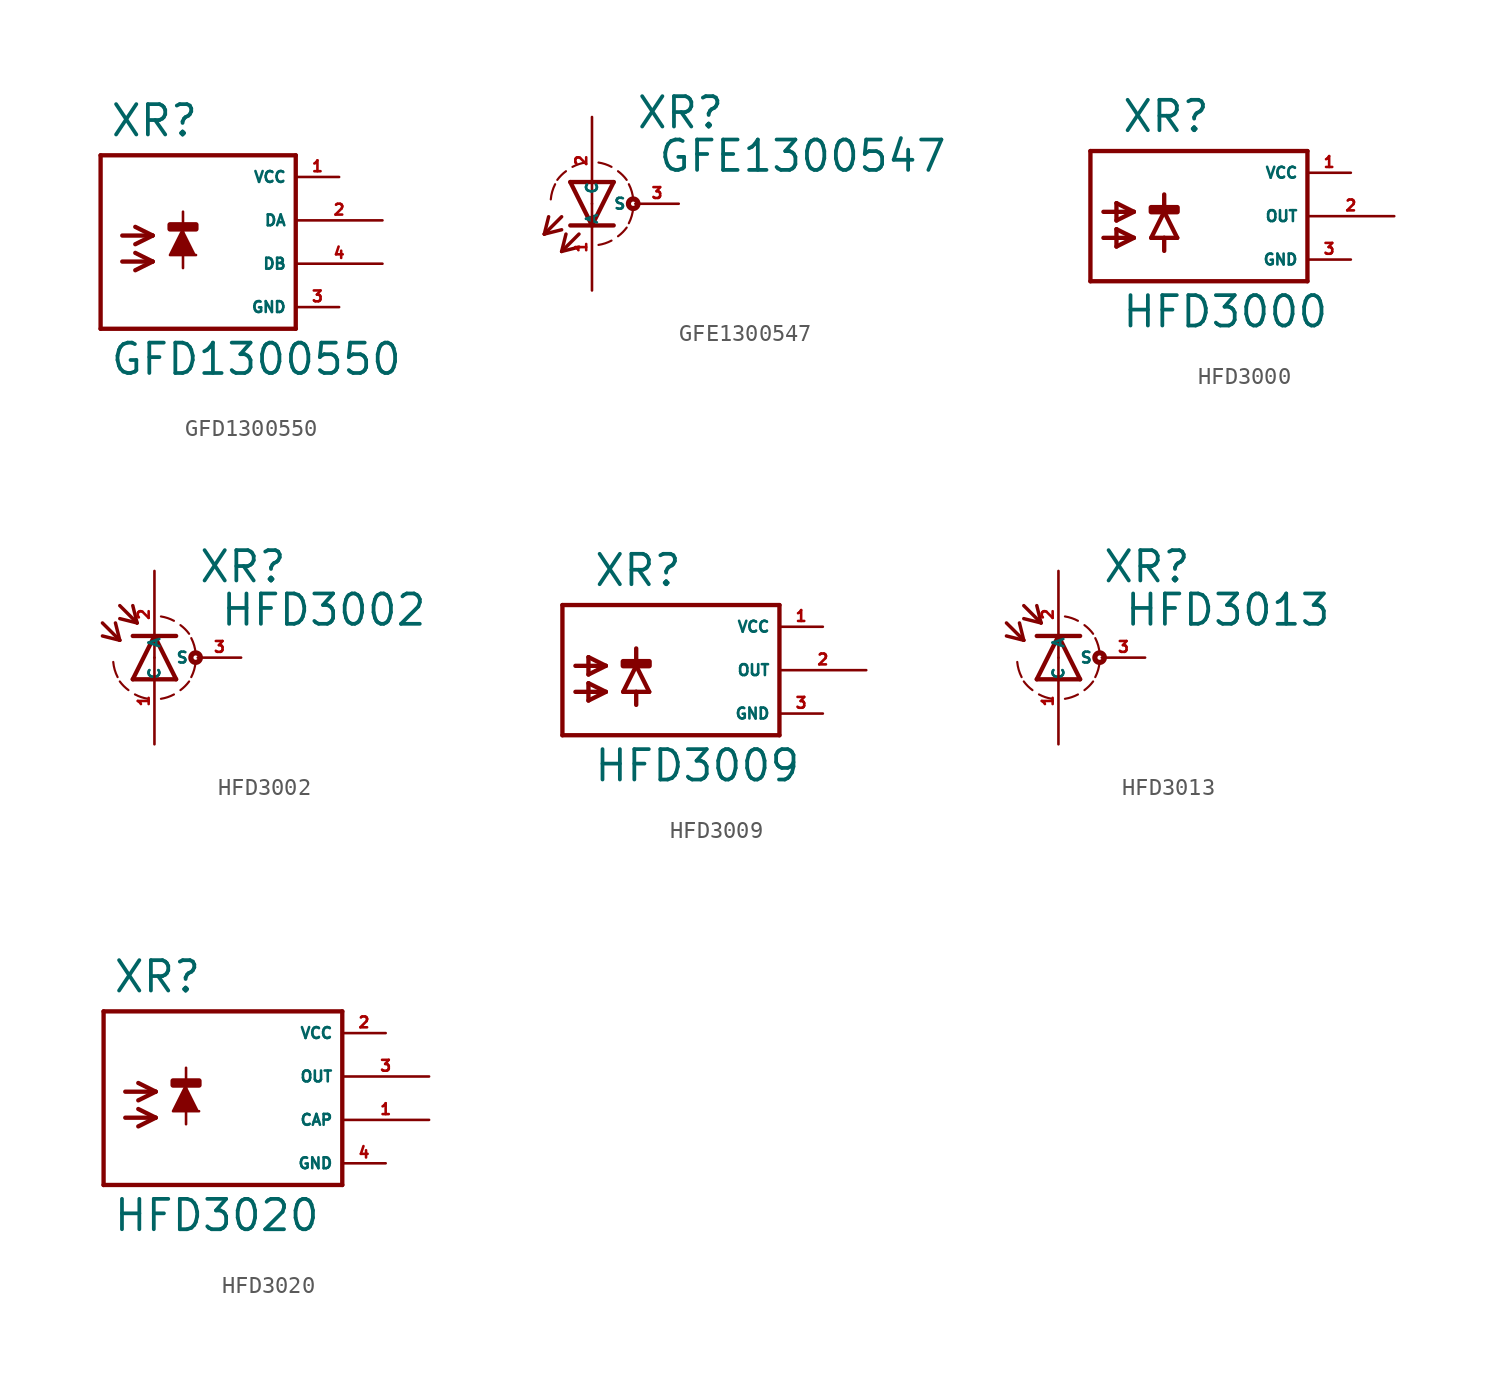
<source format=kicad_sym>
(kicad_symbol_lib
  (version 20220914)
  (generator Eagle2Kicad)
  (symbol "GFD1300550"
    (property "Reference" "XR"
      (at -3.302 4.801 0)
      (effects (font (size 1.778 1.778) (thickness 0.22)) (justify left bottom)))
    (property "Value" "GFD1300550"
      (at -3.302 -9.169 0)
      (effects (font (size 1.778 1.778) (thickness 0.22)) (justify left bottom)))
    (polyline
      (pts (xy 1.016 -0.508) (xy 0.254 -2.032) (xy 1.778 -2.032))
      (stroke (width 0.152) (type default))
      (fill (type outline)))
    (polyline
      (pts (xy -2.54 -0.889) (xy -0.762 -0.889))
      (stroke (width 0.254) (type default))
      (fill (type none)))
    (polyline
      (pts (xy -0.762 -0.889) (xy -1.778 -1.397))
      (stroke (width 0.254) (type default))
      (fill (type none)))
    (polyline
      (pts (xy -0.762 -0.889) (xy -1.778 -0.381))
      (stroke (width 0.254) (type default))
      (fill (type none)))
    (polyline
      (pts (xy -2.54 -2.413) (xy -0.762 -2.413))
      (stroke (width 0.254) (type default))
      (fill (type none)))
    (polyline
      (pts (xy -0.762 -2.413) (xy -1.778 -2.921))
      (stroke (width 0.254) (type default))
      (fill (type none)))
    (polyline
      (pts (xy -0.762 -2.413) (xy -1.778 -1.905))
      (stroke (width 0.254) (type default))
      (fill (type none)))
    (polyline
      (pts (xy 1.016 0.508) (xy 1.016 -2.794))
      (stroke (width 0.152) (type default))
      (fill (type none)))
    (polyline
      (pts (xy 7.62 3.81) (xy -3.81 3.81))
      (stroke (width 0.254) (type default))
      (fill (type none)))
    (polyline
      (pts (xy -3.81 3.81) (xy -3.81 -6.35))
      (stroke (width 0.254) (type default))
      (fill (type none)))
    (polyline
      (pts (xy -3.81 -6.35) (xy 7.62 -6.35))
      (stroke (width 0.254) (type default))
      (fill (type none)))
    (polyline
      (pts (xy 7.62 -6.35) (xy 7.62 3.81))
      (stroke (width 0.254) (type default))
      (fill (type none)))
    (rectangle
      (start 0.254 -0.508)
      (end 1.778 -0.254)
      (stroke (width 0.3) (type default))
      (fill (type outline)))
    (pin unspecified line
      (at 10.16 2.54 180)
      (length 2.54)
      (name "VCC" (effects (font (size 0.635 0.635) (thickness 0.08)) (justify left bottom)))
      (number "1" (effects (font (size 0.635 0.635) (thickness 0.08)) (justify left bottom))))
    (pin unspecified line
      (at 10.16 -5.08 180)
      (length 2.54)
      (name "GND" (effects (font (size 0.635 0.635) (thickness 0.08)) (justify left bottom)))
      (number "3" (effects (font (size 0.635 0.635) (thickness 0.08)) (justify left bottom))))
    (pin output line
      (at 12.7 0 180)
      (length 5.08)
      (name "DA" (effects (font (size 0.635 0.635) (thickness 0.08)) (justify left bottom)))
      (number "2" (effects (font (size 0.635 0.635) (thickness 0.08)) (justify left bottom))))
    (pin output line
      (at 12.7 -2.54 180)
      (length 5.08)
      (name "DB" (effects (font (size 0.635 0.635) (thickness 0.08)) (justify left bottom)))
      (number "4" (effects (font (size 0.635 0.635) (thickness 0.08)) (justify left bottom)))))
  (symbol "GFE1300547"
    (property "Reference" "XR"
      (at 2.54 4.293 0)
      (effects (font (size 1.778 1.778) (thickness 0.22)) (justify left bottom)))
    (property "Value" "GFE1300547"
      (at 3.81 1.753 0)
      (effects (font (size 1.778 1.778) (thickness 0.22)) (justify left bottom)))
    (polyline
      (pts (xy -1.27 1.27) (xy 0 -1.27))
      (stroke (width 0.254) (type default))
      (fill (type none)))
    (polyline
      (pts (xy 0 -1.27) (xy 1.27 1.27))
      (stroke (width 0.254) (type default))
      (fill (type none)))
    (polyline
      (pts (xy 1.27 -1.27) (xy 0 -1.27))
      (stroke (width 0.254) (type default))
      (fill (type none)))
    (polyline
      (pts (xy 1.27 1.27) (xy -1.27 1.27))
      (stroke (width 0.254) (type default))
      (fill (type none)))
    (polyline
      (pts (xy 0 -1.27) (xy -1.27 -1.27))
      (stroke (width 0.254) (type default))
      (fill (type none)))
    (polyline
      (pts (xy -1.778 -0.762) (xy -2.794 -1.778))
      (stroke (width 0.203) (type default))
      (fill (type none)))
    (polyline
      (pts (xy -2.794 -1.778) (xy -1.778 -1.524))
      (stroke (width 0.203) (type default))
      (fill (type none)))
    (polyline
      (pts (xy -2.794 -1.778) (xy -2.54 -0.762))
      (stroke (width 0.203) (type default))
      (fill (type none)))
    (polyline
      (pts (xy -0.762 -1.778) (xy -1.778 -2.794))
      (stroke (width 0.203) (type default))
      (fill (type none)))
    (polyline
      (pts (xy -1.778 -2.794) (xy -0.762 -2.54))
      (stroke (width 0.203) (type default))
      (fill (type none)))
    (polyline
      (pts (xy -1.778 -2.794) (xy -1.524 -1.778))
      (stroke (width 0.203) (type default))
      (fill (type none)))
    (arc
      (start 0.381 -2.413)
      (mid 0.773 -2.318)
      (end 1.143 -2.159)
      (stroke (width 0.127) (type default))
      (fill (type none)))
    (arc
      (start 2.159 -1.143)
      (mid 2.329 -0.711)
      (end 2.413 -0.254)
      (stroke (width 0.127) (type default))
      (fill (type none)))
    (arc
      (start 2.413 0.254)
      (mid 2.329 0.711)
      (end 2.159 1.143)
      (stroke (width 0.127) (type default))
      (fill (type none)))
    (arc
      (start 2.032 1.397)
      (mid 1.797 1.670)
      (end 1.524 1.905)
      (stroke (width 0.127) (type default))
      (fill (type none)))
    (arc
      (start 1.143 2.159)
      (mid 0.773 2.318)
      (end 0.381 2.413)
      (stroke (width 0.127) (type default))
      (fill (type none)))
    (arc
      (start 1.524 -1.905)
      (mid 1.797 -1.670)
      (end 2.032 -1.397)
      (stroke (width 0.127) (type default))
      (fill (type none)))
    (arc
      (start -0.381 2.413)
      (mid -0.773 2.318)
      (end -1.143 2.159)
      (stroke (width 0.127) (type default))
      (fill (type none)))
    (arc
      (start -1.524 1.905)
      (mid -1.797 1.670)
      (end -2.032 1.397)
      (stroke (width 0.127) (type default))
      (fill (type none)))
    (arc
      (start -2.159 1.143)
      (mid -2.329 0.711)
      (end -2.413 0.254)
      (stroke (width 0.127) (type default))
      (fill (type none)))
    (circle
      (center 2.413 0)
      (radius 0.127)
      (stroke (width 0.305) (type default))
      (fill (type none)))
    (pin passive line
      (at 0 5.08 270)
      (length 5.08)
      (name "A" (effects (font (size 0.635 0.635) (thickness 0.08)) (justify left bottom)))
      (number "2" (effects (font (size 0.635 0.635) (thickness 0.08)) (justify left bottom))))
    (pin passive line
      (at 0 -5.08 90)
      (length 5.08)
      (name "C" (effects (font (size 0.635 0.635) (thickness 0.08)) (justify left bottom)))
      (number "1" (effects (font (size 0.635 0.635) (thickness 0.08)) (justify left bottom))))
    (pin passive line
      (at 5.08 0 180)
      (length 2.54)
      (name "S" (effects (font (size 0.635 0.635) (thickness 0.08)) (justify left bottom)))
      (number "3" (effects (font (size 0.635 0.635) (thickness 0.08)) (justify left bottom)))))
  (symbol "HFD3000"
    (property "Reference" "XR"
      (at -3.302 4.801 0)
      (effects (font (size 1.778 1.778) (thickness 0.22)) (justify left bottom)))
    (property "Value" "HFD3000"
      (at -3.302 -6.629 0)
      (effects (font (size 1.778 1.778) (thickness 0.22)) (justify left bottom)))
    (polyline
      (pts (xy -4.318 0.254) (xy -2.54 0.254))
      (stroke (width 0.254) (type default))
      (fill (type none)))
    (polyline
      (pts (xy -2.54 0.254) (xy -3.556 -0.254))
      (stroke (width 0.254) (type default))
      (fill (type none)))
    (polyline
      (pts (xy -2.54 0.254) (xy -3.556 0.762))
      (stroke (width 0.254) (type default))
      (fill (type none)))
    (polyline
      (pts (xy -4.318 -1.27) (xy -2.54 -1.27))
      (stroke (width 0.254) (type default))
      (fill (type none)))
    (polyline
      (pts (xy -2.54 -1.27) (xy -3.556 -1.778))
      (stroke (width 0.254) (type default))
      (fill (type none)))
    (polyline
      (pts (xy -2.54 -1.27) (xy -3.556 -0.762))
      (stroke (width 0.254) (type default))
      (fill (type none)))
    (polyline
      (pts (xy 7.62 3.81) (xy -5.08 3.81))
      (stroke (width 0.254) (type default))
      (fill (type none)))
    (polyline
      (pts (xy -5.08 3.81) (xy -5.08 -3.81))
      (stroke (width 0.254) (type default))
      (fill (type none)))
    (polyline
      (pts (xy -5.08 -3.81) (xy 7.62 -3.81))
      (stroke (width 0.254) (type default))
      (fill (type none)))
    (polyline
      (pts (xy 7.62 -3.81) (xy 7.62 3.81))
      (stroke (width 0.254) (type default))
      (fill (type none)))
    (polyline
      (pts (xy -3.556 0.762) (xy -3.556 -0.254))
      (stroke (width 0.254) (type default))
      (fill (type none)))
    (polyline
      (pts (xy -3.556 -0.762) (xy -3.556 -1.778))
      (stroke (width 0.254) (type default))
      (fill (type none)))
    (polyline
      (pts (xy -0.762 0.254) (xy 0 -1.27))
      (stroke (width 0.254) (type default))
      (fill (type none)))
    (polyline
      (pts (xy 0 -1.27) (xy -0.762 -1.27))
      (stroke (width 0.254) (type default))
      (fill (type none)))
    (polyline
      (pts (xy -0.762 -1.27) (xy -1.524 -1.27))
      (stroke (width 0.254) (type default))
      (fill (type none)))
    (polyline
      (pts (xy -1.524 -1.27) (xy -0.762 0.254))
      (stroke (width 0.254) (type default))
      (fill (type none)))
    (polyline
      (pts (xy -0.762 1.27) (xy -0.762 0.254))
      (stroke (width 0.254) (type default))
      (fill (type none)))
    (polyline
      (pts (xy -0.762 -1.27) (xy -0.762 -2.032))
      (stroke (width 0.254) (type default))
      (fill (type none)))
    (rectangle
      (start -1.524 0.254)
      (end 0 0.508)
      (stroke (width 0.3) (type default))
      (fill (type outline)))
    (pin unspecified line
      (at 10.16 2.54 180)
      (length 2.54)
      (name "VCC" (effects (font (size 0.635 0.635) (thickness 0.08)) (justify left bottom)))
      (number "1" (effects (font (size 0.635 0.635) (thickness 0.08)) (justify left bottom))))
    (pin unspecified line
      (at 10.16 -2.54 180)
      (length 2.54)
      (name "GND" (effects (font (size 0.635 0.635) (thickness 0.08)) (justify left bottom)))
      (number "3" (effects (font (size 0.635 0.635) (thickness 0.08)) (justify left bottom))))
    (pin output line
      (at 12.7 0 180)
      (length 5.08)
      (name "OUT" (effects (font (size 0.635 0.635) (thickness 0.08)) (justify left bottom)))
      (number "2" (effects (font (size 0.635 0.635) (thickness 0.08)) (justify left bottom)))))
  (symbol "HFD3002"
    (property "Reference" "XR"
      (at 2.54 4.293 0)
      (effects (font (size 1.778 1.778) (thickness 0.22)) (justify left bottom)))
    (property "Value" "HFD3002"
      (at 3.81 1.753 0)
      (effects (font (size 1.778 1.778) (thickness 0.22)) (justify left bottom)))
    (polyline
      (pts (xy 1.27 -1.27) (xy 0 1.27))
      (stroke (width 0.254) (type default))
      (fill (type none)))
    (polyline
      (pts (xy 0 1.27) (xy -1.27 -1.27))
      (stroke (width 0.254) (type default))
      (fill (type none)))
    (polyline
      (pts (xy -1.27 1.27) (xy 0 1.27))
      (stroke (width 0.254) (type default))
      (fill (type none)))
    (polyline
      (pts (xy -1.27 -1.27) (xy 1.27 -1.27))
      (stroke (width 0.254) (type default))
      (fill (type none)))
    (polyline
      (pts (xy 0 1.27) (xy 1.27 1.27))
      (stroke (width 0.254) (type default))
      (fill (type none)))
    (polyline
      (pts (xy -2.032 3.048) (xy -1.016 2.032))
      (stroke (width 0.203) (type default))
      (fill (type none)))
    (polyline
      (pts (xy -1.016 2.032) (xy -2.032 2.286))
      (stroke (width 0.203) (type default))
      (fill (type none)))
    (polyline
      (pts (xy -1.016 2.032) (xy -1.27 3.048))
      (stroke (width 0.203) (type default))
      (fill (type none)))
    (polyline
      (pts (xy -3.048 2.032) (xy -2.032 1.016))
      (stroke (width 0.203) (type default))
      (fill (type none)))
    (polyline
      (pts (xy -2.032 1.016) (xy -3.048 1.27))
      (stroke (width 0.203) (type default))
      (fill (type none)))
    (polyline
      (pts (xy -2.032 1.016) (xy -2.286 2.032))
      (stroke (width 0.203) (type default))
      (fill (type none)))
    (arc
      (start 0.381 -2.413)
      (mid 0.773 -2.318)
      (end 1.143 -2.159)
      (stroke (width 0.127) (type default))
      (fill (type none)))
    (arc
      (start 2.159 -1.143)
      (mid 2.329 -0.711)
      (end 2.413 -0.254)
      (stroke (width 0.127) (type default))
      (fill (type none)))
    (arc
      (start 2.413 0.254)
      (mid 2.329 0.711)
      (end 2.159 1.143)
      (stroke (width 0.127) (type default))
      (fill (type none)))
    (arc
      (start 2.032 1.397)
      (mid 1.797 1.670)
      (end 1.524 1.905)
      (stroke (width 0.127) (type default))
      (fill (type none)))
    (arc
      (start 1.143 2.159)
      (mid 0.773 2.318)
      (end 0.381 2.413)
      (stroke (width 0.127) (type default))
      (fill (type none)))
    (arc
      (start 1.524 -1.905)
      (mid 1.797 -1.670)
      (end 2.032 -1.397)
      (stroke (width 0.127) (type default))
      (fill (type none)))
    (arc
      (start -1.143 -2.159)
      (mid -0.773 -2.318)
      (end -0.381 -2.413)
      (stroke (width 0.127) (type default))
      (fill (type none)))
    (arc
      (start -2.032 -1.397)
      (mid -1.797 -1.670)
      (end -1.524 -1.905)
      (stroke (width 0.127) (type default))
      (fill (type none)))
    (arc
      (start -2.413 -0.254)
      (mid -2.329 -0.711)
      (end -2.159 -1.143)
      (stroke (width 0.127) (type default))
      (fill (type none)))
    (circle
      (center 2.413 0)
      (radius 0.127)
      (stroke (width 0.305) (type default))
      (fill (type none)))
    (pin passive line
      (at 0 -5.08 90)
      (length 5.08)
      (name "A" (effects (font (size 0.635 0.635) (thickness 0.08)) (justify left bottom)))
      (number "1" (effects (font (size 0.635 0.635) (thickness 0.08)) (justify left bottom))))
    (pin passive line
      (at 0 5.08 270)
      (length 5.08)
      (name "C" (effects (font (size 0.635 0.635) (thickness 0.08)) (justify left bottom)))
      (number "2" (effects (font (size 0.635 0.635) (thickness 0.08)) (justify left bottom))))
    (pin passive line
      (at 5.08 0 180)
      (length 2.54)
      (name "S" (effects (font (size 0.635 0.635) (thickness 0.08)) (justify left bottom)))
      (number "3" (effects (font (size 0.635 0.635) (thickness 0.08)) (justify left bottom)))))
  (symbol "HFD3009"
    (property "Reference" "XR"
      (at -3.302 4.801 0)
      (effects (font (size 1.778 1.778) (thickness 0.22)) (justify left bottom)))
    (property "Value" "HFD3009"
      (at -3.302 -6.629 0)
      (effects (font (size 1.778 1.778) (thickness 0.22)) (justify left bottom)))
    (polyline
      (pts (xy -4.318 0.254) (xy -2.54 0.254))
      (stroke (width 0.254) (type default))
      (fill (type none)))
    (polyline
      (pts (xy -2.54 0.254) (xy -3.556 -0.254))
      (stroke (width 0.254) (type default))
      (fill (type none)))
    (polyline
      (pts (xy -2.54 0.254) (xy -3.556 0.762))
      (stroke (width 0.254) (type default))
      (fill (type none)))
    (polyline
      (pts (xy -4.318 -1.27) (xy -2.54 -1.27))
      (stroke (width 0.254) (type default))
      (fill (type none)))
    (polyline
      (pts (xy -2.54 -1.27) (xy -3.556 -1.778))
      (stroke (width 0.254) (type default))
      (fill (type none)))
    (polyline
      (pts (xy -2.54 -1.27) (xy -3.556 -0.762))
      (stroke (width 0.254) (type default))
      (fill (type none)))
    (polyline
      (pts (xy 7.62 3.81) (xy -5.08 3.81))
      (stroke (width 0.254) (type default))
      (fill (type none)))
    (polyline
      (pts (xy -5.08 3.81) (xy -5.08 -3.81))
      (stroke (width 0.254) (type default))
      (fill (type none)))
    (polyline
      (pts (xy -5.08 -3.81) (xy 7.62 -3.81))
      (stroke (width 0.254) (type default))
      (fill (type none)))
    (polyline
      (pts (xy 7.62 -3.81) (xy 7.62 3.81))
      (stroke (width 0.254) (type default))
      (fill (type none)))
    (polyline
      (pts (xy -3.556 0.762) (xy -3.556 -0.254))
      (stroke (width 0.254) (type default))
      (fill (type none)))
    (polyline
      (pts (xy -3.556 -0.762) (xy -3.556 -1.778))
      (stroke (width 0.254) (type default))
      (fill (type none)))
    (polyline
      (pts (xy -0.762 0.254) (xy 0 -1.27))
      (stroke (width 0.254) (type default))
      (fill (type none)))
    (polyline
      (pts (xy 0 -1.27) (xy -0.762 -1.27))
      (stroke (width 0.254) (type default))
      (fill (type none)))
    (polyline
      (pts (xy -0.762 -1.27) (xy -1.524 -1.27))
      (stroke (width 0.254) (type default))
      (fill (type none)))
    (polyline
      (pts (xy -1.524 -1.27) (xy -0.762 0.254))
      (stroke (width 0.254) (type default))
      (fill (type none)))
    (polyline
      (pts (xy -0.762 1.27) (xy -0.762 0.254))
      (stroke (width 0.254) (type default))
      (fill (type none)))
    (polyline
      (pts (xy -0.762 -1.27) (xy -0.762 -2.032))
      (stroke (width 0.254) (type default))
      (fill (type none)))
    (rectangle
      (start -1.524 0.254)
      (end 0 0.508)
      (stroke (width 0.3) (type default))
      (fill (type outline)))
    (pin unspecified line
      (at 10.16 2.54 180)
      (length 2.54)
      (name "VCC" (effects (font (size 0.635 0.635) (thickness 0.08)) (justify left bottom)))
      (number "1" (effects (font (size 0.635 0.635) (thickness 0.08)) (justify left bottom))))
    (pin unspecified line
      (at 10.16 -2.54 180)
      (length 2.54)
      (name "GND" (effects (font (size 0.635 0.635) (thickness 0.08)) (justify left bottom)))
      (number "3" (effects (font (size 0.635 0.635) (thickness 0.08)) (justify left bottom))))
    (pin output line
      (at 12.7 0 180)
      (length 5.08)
      (name "OUT" (effects (font (size 0.635 0.635) (thickness 0.08)) (justify left bottom)))
      (number "2" (effects (font (size 0.635 0.635) (thickness 0.08)) (justify left bottom)))))
  (symbol "HFD3013"
    (property "Reference" "XR"
      (at 2.54 4.293 0)
      (effects (font (size 1.778 1.778) (thickness 0.22)) (justify left bottom)))
    (property "Value" "HFD3013"
      (at 3.81 1.753 0)
      (effects (font (size 1.778 1.778) (thickness 0.22)) (justify left bottom)))
    (polyline
      (pts (xy 1.27 -1.27) (xy 0 1.27))
      (stroke (width 0.254) (type default))
      (fill (type none)))
    (polyline
      (pts (xy 0 1.27) (xy -1.27 -1.27))
      (stroke (width 0.254) (type default))
      (fill (type none)))
    (polyline
      (pts (xy -1.27 1.27) (xy 0 1.27))
      (stroke (width 0.254) (type default))
      (fill (type none)))
    (polyline
      (pts (xy -1.27 -1.27) (xy 1.27 -1.27))
      (stroke (width 0.254) (type default))
      (fill (type none)))
    (polyline
      (pts (xy 0 1.27) (xy 1.27 1.27))
      (stroke (width 0.254) (type default))
      (fill (type none)))
    (polyline
      (pts (xy -2.032 3.048) (xy -1.016 2.032))
      (stroke (width 0.203) (type default))
      (fill (type none)))
    (polyline
      (pts (xy -1.016 2.032) (xy -2.032 2.286))
      (stroke (width 0.203) (type default))
      (fill (type none)))
    (polyline
      (pts (xy -1.016 2.032) (xy -1.27 3.048))
      (stroke (width 0.203) (type default))
      (fill (type none)))
    (polyline
      (pts (xy -3.048 2.032) (xy -2.032 1.016))
      (stroke (width 0.203) (type default))
      (fill (type none)))
    (polyline
      (pts (xy -2.032 1.016) (xy -3.048 1.27))
      (stroke (width 0.203) (type default))
      (fill (type none)))
    (polyline
      (pts (xy -2.032 1.016) (xy -2.286 2.032))
      (stroke (width 0.203) (type default))
      (fill (type none)))
    (arc
      (start 0.381 -2.413)
      (mid 0.773 -2.318)
      (end 1.143 -2.159)
      (stroke (width 0.127) (type default))
      (fill (type none)))
    (arc
      (start 2.159 -1.143)
      (mid 2.329 -0.711)
      (end 2.413 -0.254)
      (stroke (width 0.127) (type default))
      (fill (type none)))
    (arc
      (start 2.413 0.254)
      (mid 2.329 0.711)
      (end 2.159 1.143)
      (stroke (width 0.127) (type default))
      (fill (type none)))
    (arc
      (start 2.032 1.397)
      (mid 1.797 1.670)
      (end 1.524 1.905)
      (stroke (width 0.127) (type default))
      (fill (type none)))
    (arc
      (start 1.143 2.159)
      (mid 0.773 2.318)
      (end 0.381 2.413)
      (stroke (width 0.127) (type default))
      (fill (type none)))
    (arc
      (start 1.524 -1.905)
      (mid 1.797 -1.670)
      (end 2.032 -1.397)
      (stroke (width 0.127) (type default))
      (fill (type none)))
    (arc
      (start -1.143 -2.159)
      (mid -0.773 -2.318)
      (end -0.381 -2.413)
      (stroke (width 0.127) (type default))
      (fill (type none)))
    (arc
      (start -2.032 -1.397)
      (mid -1.797 -1.670)
      (end -1.524 -1.905)
      (stroke (width 0.127) (type default))
      (fill (type none)))
    (arc
      (start -2.413 -0.254)
      (mid -2.329 -0.711)
      (end -2.159 -1.143)
      (stroke (width 0.127) (type default))
      (fill (type none)))
    (circle
      (center 2.413 0)
      (radius 0.127)
      (stroke (width 0.305) (type default))
      (fill (type none)))
    (pin passive line
      (at 0 -5.08 90)
      (length 5.08)
      (name "A" (effects (font (size 0.635 0.635) (thickness 0.08)) (justify left bottom)))
      (number "1" (effects (font (size 0.635 0.635) (thickness 0.08)) (justify left bottom))))
    (pin passive line
      (at 0 5.08 270)
      (length 5.08)
      (name "C" (effects (font (size 0.635 0.635) (thickness 0.08)) (justify left bottom)))
      (number "2" (effects (font (size 0.635 0.635) (thickness 0.08)) (justify left bottom))))
    (pin passive line
      (at 5.08 0 180)
      (length 2.54)
      (name "S" (effects (font (size 0.635 0.635) (thickness 0.08)) (justify left bottom)))
      (number "3" (effects (font (size 0.635 0.635) (thickness 0.08)) (justify left bottom)))))
  (symbol "HFD3020"
    (property "Reference" "XR"
      (at -5.842 4.801 0)
      (effects (font (size 1.778 1.778) (thickness 0.22)) (justify left bottom)))
    (property "Value" "HFD3020"
      (at -5.842 -9.169 0)
      (effects (font (size 1.778 1.778) (thickness 0.22)) (justify left bottom)))
    (polyline
      (pts (xy -1.524 -0.508) (xy -2.286 -2.032) (xy -0.762 -2.032))
      (stroke (width 0.152) (type default))
      (fill (type outline)))
    (polyline
      (pts (xy -5.08 -0.889) (xy -3.302 -0.889))
      (stroke (width 0.254) (type default))
      (fill (type none)))
    (polyline
      (pts (xy -3.302 -0.889) (xy -4.318 -1.397))
      (stroke (width 0.254) (type default))
      (fill (type none)))
    (polyline
      (pts (xy -3.302 -0.889) (xy -4.318 -0.381))
      (stroke (width 0.254) (type default))
      (fill (type none)))
    (polyline
      (pts (xy -5.08 -2.413) (xy -3.302 -2.413))
      (stroke (width 0.254) (type default))
      (fill (type none)))
    (polyline
      (pts (xy -3.302 -2.413) (xy -4.318 -2.921))
      (stroke (width 0.254) (type default))
      (fill (type none)))
    (polyline
      (pts (xy -3.302 -2.413) (xy -4.318 -1.905))
      (stroke (width 0.254) (type default))
      (fill (type none)))
    (polyline
      (pts (xy -1.524 0.508) (xy -1.524 -2.794))
      (stroke (width 0.152) (type default))
      (fill (type none)))
    (polyline
      (pts (xy 7.62 3.81) (xy -6.35 3.81))
      (stroke (width 0.254) (type default))
      (fill (type none)))
    (polyline
      (pts (xy -6.35 3.81) (xy -6.35 -6.35))
      (stroke (width 0.254) (type default))
      (fill (type none)))
    (polyline
      (pts (xy -6.35 -6.35) (xy 7.62 -6.35))
      (stroke (width 0.254) (type default))
      (fill (type none)))
    (polyline
      (pts (xy 7.62 -6.35) (xy 7.62 3.81))
      (stroke (width 0.254) (type default))
      (fill (type none)))
    (rectangle
      (start -2.286 -0.508)
      (end -0.762 -0.254)
      (stroke (width 0.3) (type default))
      (fill (type outline)))
    (pin unspecified line
      (at 10.16 2.54 180)
      (length 2.54)
      (name "VCC" (effects (font (size 0.635 0.635) (thickness 0.08)) (justify left bottom)))
      (number "2" (effects (font (size 0.635 0.635) (thickness 0.08)) (justify left bottom))))
    (pin unspecified line
      (at 10.16 -5.08 180)
      (length 2.54)
      (name "GND" (effects (font (size 0.635 0.635) (thickness 0.08)) (justify left bottom)))
      (number "4" (effects (font (size 0.635 0.635) (thickness 0.08)) (justify left bottom))))
    (pin output line
      (at 12.7 0 180)
      (length 5.08)
      (name "OUT" (effects (font (size 0.635 0.635) (thickness 0.08)) (justify left bottom)))
      (number "3" (effects (font (size 0.635 0.635) (thickness 0.08)) (justify left bottom))))
    (pin output line
      (at 12.7 -2.54 180)
      (length 5.08)
      (name "CAP" (effects (font (size 0.635 0.635) (thickness 0.08)) (justify left bottom)))
      (number "1" (effects (font (size 0.635 0.635) (thickness 0.08)) (justify left bottom))))))
</source>
